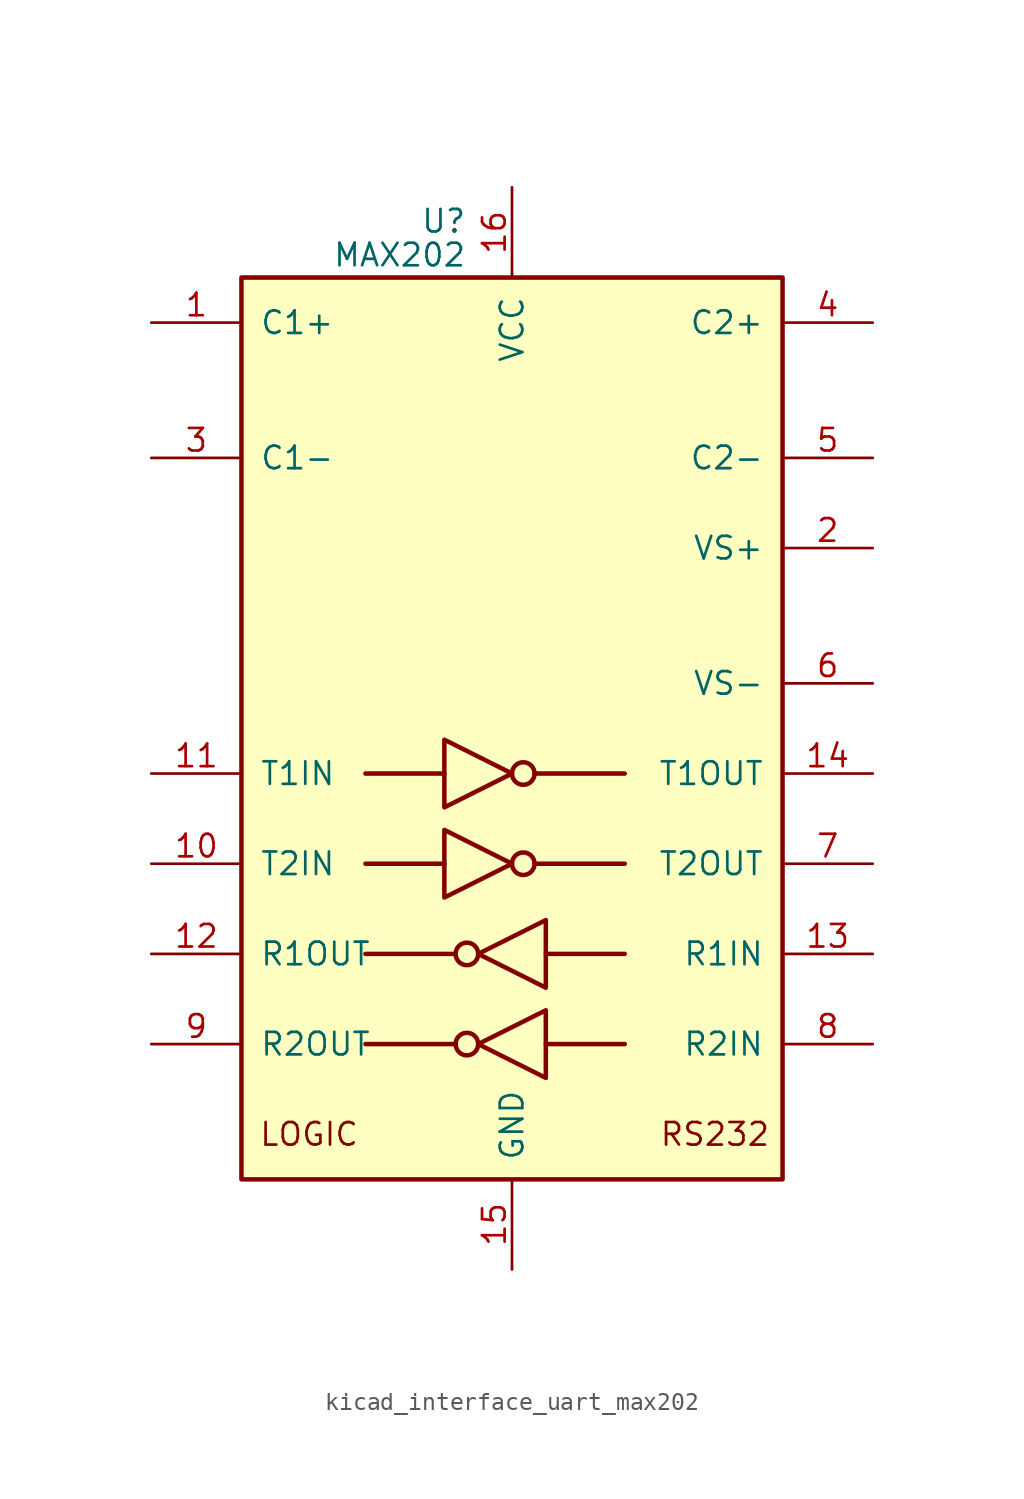
<source format=kicad_sym>
(kicad_symbol_lib
  (version 20220914)
  (generator kicad_symbol_editor)
  (symbol "kicad_interface_uart_max202"
    (pin_names
      (offset 1.016))
    (property "Reference" "U"
      (at -2.54 28.575 0)
      (effects (font (size 1.27 1.27)) (justify right)))
    (property "Value" "MAX202"
      (at -2.54 26.67 0)
      (effects (font (size 1.27 1.27)) (justify right)))
    (symbol "kicad_interface_uart_max202_0_0"
      (text "LOGIC" (at -11.43 -22.86 0) (effects (font (size 1.27 1.27))))
      (text "RS232" (at 11.43 -22.86 0) (effects (font (size 1.27 1.27)))))
    (symbol "kicad_interface_uart_max202_0_1"
      (rectangle (start -15.24 -25.4) (end 15.24 25.4) (stroke (width 0.254) (type default)) (fill (type background)))
      (circle (center -2.54 -17.78) (radius 0.635) (stroke (width 0.254) (type default)) (fill (type none)))
      (circle (center -2.54 -12.7) (radius 0.635) (stroke (width 0.254) (type default)) (fill (type none)))
      (polyline (pts (xy -3.81 -7.62) (xy -8.255 -7.62)) (stroke (width 0.254) (type default)) (fill (type none)))
      (polyline (pts (xy -3.81 -2.54) (xy -8.255 -2.54)) (stroke (width 0.254) (type default)) (fill (type none)))
      (polyline (pts (xy -3.175 -17.78) (xy -8.255 -17.78)) (stroke (width 0.254) (type default)) (fill (type none)))
      (polyline (pts (xy -3.175 -12.7) (xy -8.255 -12.7)) (stroke (width 0.254) (type default)) (fill (type none)))
      (polyline (pts (xy 1.27 -7.62) (xy 6.35 -7.62)) (stroke (width 0.254) (type default)) (fill (type none)))
      (polyline (pts (xy 1.27 -2.54) (xy 6.35 -2.54)) (stroke (width 0.254) (type default)) (fill (type none)))
      (polyline (pts (xy 1.905 -17.78) (xy 6.35 -17.78)) (stroke (width 0.254) (type default)) (fill (type none)))
      (polyline (pts (xy 1.905 -12.7) (xy 6.35 -12.7)) (stroke (width 0.254) (type default)) (fill (type none)))
      (polyline (pts (xy -3.81 -5.715) (xy -3.81 -9.525) (xy 0 -7.62) (xy -3.81 -5.715)) (stroke (width 0.254) (type default)) (fill (type none)))
      (polyline (pts (xy -3.81 -0.635) (xy -3.81 -4.445) (xy 0 -2.54) (xy -3.81 -0.635)) (stroke (width 0.254) (type default)) (fill (type none)))
      (polyline (pts (xy 1.905 -15.875) (xy 1.905 -19.685) (xy -1.905 -17.78) (xy 1.905 -15.875)) (stroke (width 0.254) (type default)) (fill (type none)))
      (polyline (pts (xy 1.905 -10.795) (xy 1.905 -14.605) (xy -1.905 -12.7) (xy 1.905 -10.795)) (stroke (width 0.254) (type default)) (fill (type none)))
      (circle (center 0.635 -7.62) (radius 0.635) (stroke (width 0.254) (type default)) (fill (type none)))
      (circle (center 0.635 -2.54) (radius 0.635) (stroke (width 0.254) (type default)) (fill (type none))))
    (symbol "kicad_interface_uart_max202_1_1"
      (pin passive line (at -20.32 22.86 0) (length 5.08) (name "C1+" (effects (font (size 1.27 1.27)))) (number "1" (effects (font (size 1.27 1.27)))))
      (pin input line (at -20.32 -7.62 0) (length 5.08) (name "T2IN" (effects (font (size 1.27 1.27)))) (number "10" (effects (font (size 1.27 1.27)))))
      (pin input line (at -20.32 -2.54 0) (length 5.08) (name "T1IN" (effects (font (size 1.27 1.27)))) (number "11" (effects (font (size 1.27 1.27)))))
      (pin output line (at -20.32 -12.7 0) (length 5.08) (name "R1OUT" (effects (font (size 1.27 1.27)))) (number "12" (effects (font (size 1.27 1.27)))))
      (pin input line (at 20.32 -12.7 180) (length 5.08) (name "R1IN" (effects (font (size 1.27 1.27)))) (number "13" (effects (font (size 1.27 1.27)))))
      (pin output line (at 20.32 -2.54 180) (length 5.08) (name "T1OUT" (effects (font (size 1.27 1.27)))) (number "14" (effects (font (size 1.27 1.27)))))
      (pin power_in line (at 0 -30.48 90) (length 5.08) (name "GND" (effects (font (size 1.27 1.27)))) (number "15" (effects (font (size 1.27 1.27)))))
      (pin power_in line (at 0 30.48 270) (length 5.08) (name "VCC" (effects (font (size 1.27 1.27)))) (number "16" (effects (font (size 1.27 1.27)))))
      (pin power_out line (at 20.32 10.16 180) (length 5.08) (name "VS+" (effects (font (size 1.27 1.27)))) (number "2" (effects (font (size 1.27 1.27)))))
      (pin passive line (at -20.32 15.24 0) (length 5.08) (name "C1-" (effects (font (size 1.27 1.27)))) (number "3" (effects (font (size 1.27 1.27)))))
      (pin passive line (at 20.32 22.86 180) (length 5.08) (name "C2+" (effects (font (size 1.27 1.27)))) (number "4" (effects (font (size 1.27 1.27)))))
      (pin passive line (at 20.32 15.24 180) (length 5.08) (name "C2-" (effects (font (size 1.27 1.27)))) (number "5" (effects (font (size 1.27 1.27)))))
      (pin power_out line (at 20.32 2.54 180) (length 5.08) (name "VS-" (effects (font (size 1.27 1.27)))) (number "6" (effects (font (size 1.27 1.27)))))
      (pin output line (at 20.32 -7.62 180) (length 5.08) (name "T2OUT" (effects (font (size 1.27 1.27)))) (number "7" (effects (font (size 1.27 1.27)))))
      (pin input line (at 20.32 -17.78 180) (length 5.08) (name "R2IN" (effects (font (size 1.27 1.27)))) (number "8" (effects (font (size 1.27 1.27)))))
      (pin output line (at -20.32 -17.78 0) (length 5.08) (name "R2OUT" (effects (font (size 1.27 1.27)))) (number "9" (effects (font (size 1.27 1.27))))))))
</source>
